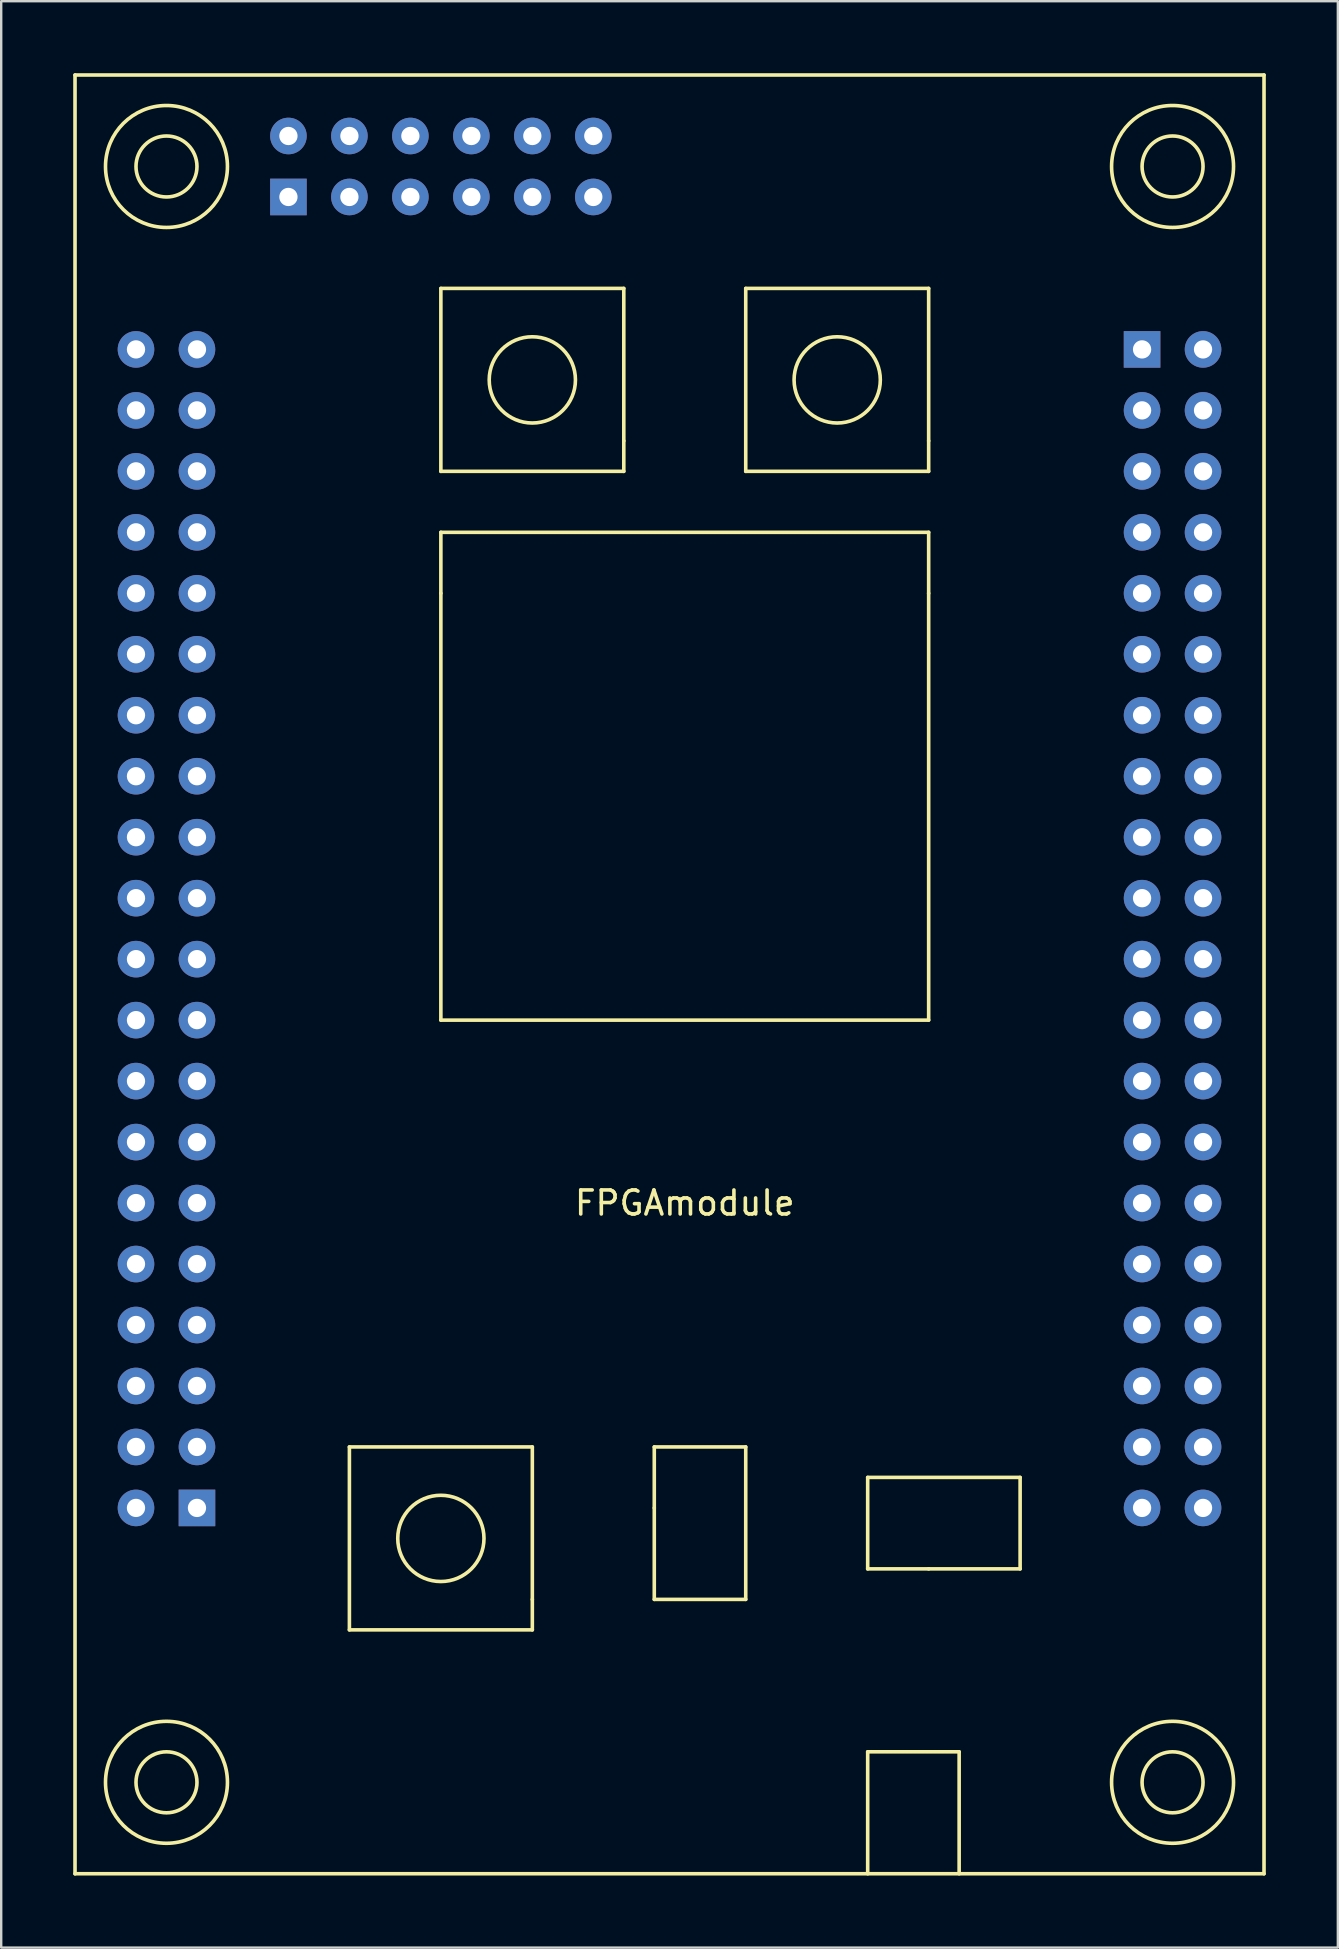
<source format=kicad_pcb>
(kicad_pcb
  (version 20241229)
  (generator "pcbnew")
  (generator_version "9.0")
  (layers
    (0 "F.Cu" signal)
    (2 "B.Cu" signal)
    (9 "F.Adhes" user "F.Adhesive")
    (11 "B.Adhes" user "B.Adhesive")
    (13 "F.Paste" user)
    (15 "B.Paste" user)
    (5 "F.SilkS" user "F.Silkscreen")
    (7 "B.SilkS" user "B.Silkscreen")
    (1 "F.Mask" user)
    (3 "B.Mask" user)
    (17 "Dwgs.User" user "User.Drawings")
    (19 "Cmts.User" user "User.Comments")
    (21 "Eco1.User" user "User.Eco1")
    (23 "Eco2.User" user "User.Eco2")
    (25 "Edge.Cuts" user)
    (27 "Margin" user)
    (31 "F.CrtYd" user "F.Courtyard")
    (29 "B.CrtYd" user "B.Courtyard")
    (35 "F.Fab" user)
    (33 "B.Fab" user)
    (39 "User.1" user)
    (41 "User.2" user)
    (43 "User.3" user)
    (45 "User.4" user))
  (footprint "FPGAmodule"
    (layer "F.Cu")
    (at 25.475 39.445)
    (property "Reference" "FPGAmodule" (at 0 7.62 0) (layer "F.SilkS") (effects (font (size 1 1) (thickness 0.15))))
    (attr through_hole)
    (fp_line (start -25.4 -39.37) (end -25.4 35.56) (stroke (width 0.15) (type solid)) (layer "F.SilkS"))
    (fp_line (start -25.4 35.56) (end 24.13 35.56) (stroke (width 0.15) (type solid)) (layer "F.SilkS"))
    (fp_line (start -13.97 17.78) (end -6.35 17.78) (stroke (width 0.15) (type solid)) (layer "F.SilkS"))
    (fp_line (start -13.97 25.4) (end -13.97 17.78) (stroke (width 0.15) (type solid)) (layer "F.SilkS"))
    (fp_line (start -10.16 -30.48) (end -2.54 -30.48) (stroke (width 0.15) (type solid)) (layer "F.SilkS"))
    (fp_line (start -10.16 -22.86) (end -10.16 -30.48) (stroke (width 0.15) (type solid)) (layer "F.SilkS"))
    (fp_line (start -10.16 -20.32) (end -10.16 -17.78) (stroke (width 0.15) (type solid)) (layer "F.SilkS"))
    (fp_line (start -10.16 -20.32) (end 10.16 -20.32) (stroke (width 0.15) (type solid)) (layer "F.SilkS"))
    (fp_line (start -10.16 0) (end -10.16 -17.78) (stroke (width 0.15) (type solid)) (layer "F.SilkS"))
    (fp_line (start -6.35 17.78) (end -6.35 24.13) (stroke (width 0.15) (type solid)) (layer "F.SilkS"))
    (fp_line (start -6.35 24.13) (end -6.35 25.4) (stroke (width 0.15) (type solid)) (layer "F.SilkS"))
    (fp_line (start -6.35 25.4) (end -13.97 25.4) (stroke (width 0.15) (type solid)) (layer "F.SilkS"))
    (fp_line (start -2.54 -30.48) (end -2.54 -24.13) (stroke (width 0.15) (type solid)) (layer "F.SilkS"))
    (fp_line (start -2.54 -24.13) (end -2.54 -22.86) (stroke (width 0.15) (type solid)) (layer "F.SilkS"))
    (fp_line (start -2.54 -22.86) (end -10.16 -22.86) (stroke (width 0.15) (type solid)) (layer "F.SilkS"))
    (fp_line (start -1.27 17.78) (end -1.27 20.32) (stroke (width 0.15) (type solid)) (layer "F.SilkS"))
    (fp_line (start -1.27 20.32) (end -1.27 24.13) (stroke (width 0.15) (type solid)) (layer "F.SilkS"))
    (fp_line (start -1.27 24.13) (end 2.54 24.13) (stroke (width 0.15) (type solid)) (layer "F.SilkS"))
    (fp_line (start 2.54 -30.48) (end 10.16 -30.48) (stroke (width 0.15) (type solid)) (layer "F.SilkS"))
    (fp_line (start 2.54 -22.86) (end 2.54 -30.48) (stroke (width 0.15) (type solid)) (layer "F.SilkS"))
    (fp_line (start 2.54 17.78) (end -1.27 17.78) (stroke (width 0.15) (type solid)) (layer "F.SilkS"))
    (fp_line (start 2.54 24.13) (end 2.54 17.78) (stroke (width 0.15) (type solid)) (layer "F.SilkS"))
    (fp_line (start 7.62 19.05) (end 7.62 22.86) (stroke (width 0.15) (type solid)) (layer "F.SilkS"))
    (fp_line (start 7.62 22.86) (end 10.16 22.86) (stroke (width 0.15) (type solid)) (layer "F.SilkS"))
    (fp_line (start 7.62 30.48) (end 7.62 35.56) (stroke (width 0.15) (type solid)) (layer "F.SilkS"))
    (fp_line (start 10.16 -30.48) (end 10.16 -24.13) (stroke (width 0.15) (type solid)) (layer "F.SilkS"))
    (fp_line (start 10.16 -24.13) (end 10.16 -22.86) (stroke (width 0.15) (type solid)) (layer "F.SilkS"))
    (fp_line (start 10.16 -22.86) (end 2.54 -22.86) (stroke (width 0.15) (type solid)) (layer "F.SilkS"))
    (fp_line (start 10.16 -17.78) (end 10.16 -20.32) (stroke (width 0.15) (type solid)) (layer "F.SilkS"))
    (fp_line (start 10.16 -17.78) (end 10.16 0) (stroke (width 0.15) (type solid)) (layer "F.SilkS"))
    (fp_line (start 10.16 0) (end -10.16 0) (stroke (width 0.15) (type solid)) (layer "F.SilkS"))
    (fp_line (start 10.16 22.86) (end 13.97 22.86) (stroke (width 0.15) (type solid)) (layer "F.SilkS"))
    (fp_line (start 11.43 30.48) (end 7.62 30.48) (stroke (width 0.15) (type solid)) (layer "F.SilkS"))
    (fp_line (start 11.43 35.56) (end 11.43 30.48) (stroke (width 0.15) (type solid)) (layer "F.SilkS"))
    (fp_line (start 13.97 19.05) (end 7.62 19.05) (stroke (width 0.15) (type solid)) (layer "F.SilkS"))
    (fp_line (start 13.97 22.86) (end 13.97 19.05) (stroke (width 0.15) (type solid)) (layer "F.SilkS"))
    (fp_line (start 24.13 -39.37) (end -25.4 -39.37) (stroke (width 0.15) (type solid)) (layer "F.SilkS"))
    (fp_line (start 24.13 35.56) (end 24.13 -39.37) (stroke (width 0.15) (type solid)) (layer "F.SilkS"))
    (fp_circle (center -21.59 -35.56) (end -20.32 -35.56) (stroke (width 0.15) (type solid)) (fill no) (layer "F.SilkS"))
    (fp_circle (center -21.59 -35.56) (end -19.05 -35.56) (stroke (width 0.15) (type solid)) (fill no) (layer "F.SilkS"))
    (fp_circle (center -21.59 31.75) (end -20.32 31.75) (stroke (width 0.15) (type solid)) (fill no) (layer "F.SilkS"))
    (fp_circle (center -21.59 31.75) (end -19.05 31.75) (stroke (width 0.15) (type solid)) (fill no) (layer "F.SilkS"))
    (fp_circle (center -10.16 21.59) (end -11.43 20.32) (stroke (width 0.15) (type solid)) (fill no) (layer "F.SilkS"))
    (fp_circle (center -6.35 -26.67) (end -7.62 -27.94) (stroke (width 0.15) (type solid)) (fill no) (layer "F.SilkS"))
    (fp_circle (center 6.35 -26.67) (end 5.08 -27.94) (stroke (width 0.15) (type solid)) (fill no) (layer "F.SilkS"))
    (fp_circle (center 20.32 -35.56) (end 21.59 -35.56) (stroke (width 0.15) (type solid)) (fill no) (layer "F.SilkS"))
    (fp_circle (center 20.32 -35.56) (end 22.86 -35.56) (stroke (width 0.15) (type solid)) (fill no) (layer "F.SilkS"))
    (fp_circle (center 20.32 31.75) (end 21.59 31.75) (stroke (width 0.15) (type solid)) (fill no) (layer "F.SilkS"))
    (fp_circle (center 20.32 31.75) (end 22.86 31.75) (stroke (width 0.15) (type solid)) (fill no) (layer "F.SilkS"))
    (pad "1" thru_hole rect (at -20.32 20.32) (size 1.524 1.524) (drill 0.762) (layers "*.Cu" "*.Mask"))
    (pad "2" thru_hole circle (at -20.32 17.78) (size 1.524 1.524) (drill 0.762) (layers "*.Cu" "*.Mask"))
    (pad "3" thru_hole circle (at -20.32 15.24) (size 1.524 1.524) (drill 0.762) (layers "*.Cu" "*.Mask"))
    (pad "4" thru_hole circle (at -20.32 12.7) (size 1.524 1.524) (drill 0.762) (layers "*.Cu" "*.Mask"))
    (pad "5" thru_hole circle (at -20.32 10.16) (size 1.524 1.524) (drill 0.762) (layers "*.Cu" "*.Mask"))
    (pad "6" thru_hole circle (at -20.32 7.62) (size 1.524 1.524) (drill 0.762) (layers "*.Cu" "*.Mask"))
    (pad "7" thru_hole circle (at -20.32 5.08) (size 1.524 1.524) (drill 0.762) (layers "*.Cu" "*.Mask"))
    (pad "8" thru_hole circle (at -20.32 2.54) (size 1.524 1.524) (drill 0.762) (layers "*.Cu" "*.Mask"))
    (pad "9" thru_hole circle (at -20.32 0) (size 1.524 1.524) (drill 0.762) (layers "*.Cu" "*.Mask"))
    (pad "10" thru_hole circle (at -20.32 -2.54) (size 1.524 1.524) (drill 0.762) (layers "*.Cu" "*.Mask"))
    (pad "11" thru_hole circle (at -20.32 -5.08) (size 1.524 1.524) (drill 0.762) (layers "*.Cu" "*.Mask"))
    (pad "12" thru_hole circle (at -20.32 -7.62) (size 1.524 1.524) (drill 0.762) (layers "*.Cu" "*.Mask"))
    (pad "13" thru_hole circle (at -20.32 -12.7) (size 1.524 1.524) (drill 0.762) (layers "*.Cu" "*.Mask"))
    (pad "14" thru_hole circle (at -20.32 -15.24) (size 1.524 1.524) (drill 0.762) (layers "*.Cu" "*.Mask"))
    (pad "15" thru_hole circle (at -20.32 -17.78) (size 1.524 1.524) (drill 0.762) (layers "*.Cu" "*.Mask"))
    (pad "16" thru_hole circle (at -20.32 -10.16) (size 1.524 1.524) (drill 0.762) (layers "*.Cu" "*.Mask"))
    (pad "17" thru_hole circle (at -20.32 -20.32) (size 1.524 1.524) (drill 0.762) (layers "*.Cu" "*.Mask"))
    (pad "18" thru_hole circle (at -20.32 -22.86) (size 1.524 1.524) (drill 0.762) (layers "*.Cu" "*.Mask"))
    (pad "19" thru_hole circle (at -20.32 -25.4) (size 1.524 1.524) (drill 0.762) (layers "*.Cu" "*.Mask"))
    (pad "20" thru_hole circle (at -20.32 -27.94) (size 1.524 1.524) (drill 0.762) (layers "*.Cu" "*.Mask"))
    (pad "21" thru_hole circle (at -22.86 -27.94) (size 1.524 1.524) (drill 0.762) (layers "*.Cu" "*.Mask"))
    (pad "22" thru_hole circle (at -22.86 -25.4) (size 1.524 1.524) (drill 0.762) (layers "*.Cu" "*.Mask"))
    (pad "23" thru_hole circle (at -22.86 -22.86) (size 1.524 1.524) (drill 0.762) (layers "*.Cu" "*.Mask"))
    (pad "24" thru_hole circle (at -22.86 -20.32) (size 1.524 1.524) (drill 0.762) (layers "*.Cu" "*.Mask"))
    (pad "25" thru_hole circle (at -22.86 -17.78) (size 1.524 1.524) (drill 0.762) (layers "*.Cu" "*.Mask"))
    (pad "26" thru_hole circle (at -22.86 -15.24) (size 1.524 1.524) (drill 0.762) (layers "*.Cu" "*.Mask"))
    (pad "27" thru_hole circle (at -22.86 -12.7) (size 1.524 1.524) (drill 0.762) (layers "*.Cu" "*.Mask"))
    (pad "28" thru_hole circle (at -22.86 -7.62) (size 1.524 1.524) (drill 0.762) (layers "*.Cu" "*.Mask"))
    (pad "29" thru_hole circle (at -22.86 -10.16) (size 1.524 1.524) (drill 0.762) (layers "*.Cu" "*.Mask"))
    (pad "30" thru_hole circle (at -22.86 -5.08) (size 1.524 1.524) (drill 0.762) (layers "*.Cu" "*.Mask"))
    (pad "31" thru_hole circle (at -22.86 -2.54) (size 1.524 1.524) (drill 0.762) (layers "*.Cu" "*.Mask"))
    (pad "32" thru_hole circle (at -22.86 0) (size 1.524 1.524) (drill 0.762) (layers "*.Cu" "*.Mask"))
    (pad "33" thru_hole circle (at -22.86 2.54) (size 1.524 1.524) (drill 0.762) (layers "*.Cu" "*.Mask"))
    (pad "34" thru_hole circle (at -22.86 5.08) (size 1.524 1.524) (drill 0.762) (layers "*.Cu" "*.Mask"))
    (pad "35" thru_hole circle (at -22.86 7.62) (size 1.524 1.524) (drill 0.762) (layers "*.Cu" "*.Mask"))
    (pad "36" thru_hole circle (at -22.86 10.16) (size 1.524 1.524) (drill 0.762) (layers "*.Cu" "*.Mask"))
    (pad "37" thru_hole circle (at -22.86 12.7) (size 1.524 1.524) (drill 0.762) (layers "*.Cu" "*.Mask"))
    (pad "38" thru_hole circle (at -22.86 15.24) (size 1.524 1.524) (drill 0.762) (layers "*.Cu" "*.Mask"))
    (pad "39" thru_hole circle (at -22.86 17.78) (size 1.524 1.524) (drill 0.762) (layers "*.Cu" "*.Mask"))
    (pad "40" thru_hole circle (at -22.86 20.32) (size 1.524 1.524) (drill 0.762) (layers "*.Cu" "*.Mask"))
    (pad "41" thru_hole rect (at 19.05 -27.94 180) (size 1.524 1.524) (drill 0.762) (layers "*.Cu" "*.Mask"))
    (pad "42" thru_hole circle (at 19.05 -25.4 180) (size 1.524 1.524) (drill 0.762) (layers "*.Cu" "*.Mask"))
    (pad "43" thru_hole circle (at 19.05 -22.86 180) (size 1.524 1.524) (drill 0.762) (layers "*.Cu" "*.Mask"))
    (pad "44" thru_hole circle (at 19.05 -20.32 180) (size 1.524 1.524) (drill 0.762) (layers "*.Cu" "*.Mask"))
    (pad "45" thru_hole circle (at 19.05 -17.78 180) (size 1.524 1.524) (drill 0.762) (layers "*.Cu" "*.Mask"))
    (pad "46" thru_hole circle (at 19.05 -15.24 180) (size 1.524 1.524) (drill 0.762) (layers "*.Cu" "*.Mask"))
    (pad "47" thru_hole circle (at 19.05 -12.7 180) (size 1.524 1.524) (drill 0.762) (layers "*.Cu" "*.Mask"))
    (pad "48" thru_hole circle (at 19.05 -10.16 180) (size 1.524 1.524) (drill 0.762) (layers "*.Cu" "*.Mask"))
    (pad "49" thru_hole circle (at 19.05 -7.62 180) (size 1.524 1.524) (drill 0.762) (layers "*.Cu" "*.Mask"))
    (pad "50" thru_hole circle (at 19.05 -5.08 180) (size 1.524 1.524) (drill 0.762) (layers "*.Cu" "*.Mask"))
    (pad "51" thru_hole circle (at 19.05 -2.54 180) (size 1.524 1.524) (drill 0.762) (layers "*.Cu" "*.Mask"))
    (pad "52" thru_hole circle (at 19.05 0 180) (size 1.524 1.524) (drill 0.762) (layers "*.Cu" "*.Mask"))
    (pad "53" thru_hole circle (at 19.05 2.54 180) (size 1.524 1.524) (drill 0.762) (layers "*.Cu" "*.Mask"))
    (pad "54" thru_hole circle (at 19.05 5.08 180) (size 1.524 1.524) (drill 0.762) (layers "*.Cu" "*.Mask"))
    (pad "55" thru_hole circle (at 19.05 7.62 180) (size 1.524 1.524) (drill 0.762) (layers "*.Cu" "*.Mask"))
    (pad "56" thru_hole circle (at 19.05 10.16 180) (size 1.524 1.524) (drill 0.762) (layers "*.Cu" "*.Mask"))
    (pad "57" thru_hole circle (at 19.05 12.7 180) (size 1.524 1.524) (drill 0.762) (layers "*.Cu" "*.Mask"))
    (pad "58" thru_hole circle (at 19.05 15.24 180) (size 1.524 1.524) (drill 0.762) (layers "*.Cu" "*.Mask"))
    (pad "59" thru_hole circle (at 19.05 17.78 180) (size 1.524 1.524) (drill 0.762) (layers "*.Cu" "*.Mask"))
    (pad "60" thru_hole circle (at 19.05 20.32 180) (size 1.524 1.524) (drill 0.762) (layers "*.Cu" "*.Mask"))
    (pad "61" thru_hole circle (at 21.59 20.32 180) (size 1.524 1.524) (drill 0.762) (layers "*.Cu" "*.Mask"))
    (pad "62" thru_hole circle (at 21.59 17.78 180) (size 1.524 1.524) (drill 0.762) (layers "*.Cu" "*.Mask"))
    (pad "63" thru_hole circle (at 21.59 15.24 180) (size 1.524 1.524) (drill 0.762) (layers "*.Cu" "*.Mask"))
    (pad "64" thru_hole circle (at 21.59 12.7 180) (size 1.524 1.524) (drill 0.762) (layers "*.Cu" "*.Mask"))
    (pad "65" thru_hole circle (at 21.59 10.16 180) (size 1.524 1.524) (drill 0.762) (layers "*.Cu" "*.Mask"))
    (pad "66" thru_hole circle (at 21.59 7.62 180) (size 1.524 1.524) (drill 0.762) (layers "*.Cu" "*.Mask"))
    (pad "67" thru_hole circle (at 21.59 5.08 180) (size 1.524 1.524) (drill 0.762) (layers "*.Cu" "*.Mask"))
    (pad "68" thru_hole circle (at 21.59 2.54 180) (size 1.524 1.524) (drill 0.762) (layers "*.Cu" "*.Mask"))
    (pad "69" thru_hole circle (at 21.59 0 180) (size 1.524 1.524) (drill 0.762) (layers "*.Cu" "*.Mask"))
    (pad "70" thru_hole circle (at 21.59 -2.54 180) (size 1.524 1.524) (drill 0.762) (layers "*.Cu" "*.Mask"))
    (pad "71" thru_hole circle (at 21.59 -5.08 180) (size 1.524 1.524) (drill 0.762) (layers "*.Cu" "*.Mask"))
    (pad "72" thru_hole circle (at 21.59 -10.16 180) (size 1.524 1.524) (drill 0.762) (layers "*.Cu" "*.Mask"))
    (pad "73" thru_hole circle (at 21.59 -7.62 180) (size 1.524 1.524) (drill 0.762) (layers "*.Cu" "*.Mask"))
    (pad "74" thru_hole circle (at 21.59 -12.7 180) (size 1.524 1.524) (drill 0.762) (layers "*.Cu" "*.Mask"))
    (pad "75" thru_hole circle (at 21.59 -15.24 180) (size 1.524 1.524) (drill 0.762) (layers "*.Cu" "*.Mask"))
    (pad "76" thru_hole circle (at 21.59 -17.78 180) (size 1.524 1.524) (drill 0.762) (layers "*.Cu" "*.Mask"))
    (pad "77" thru_hole circle (at 21.59 -20.32 180) (size 1.524 1.524) (drill 0.762) (layers "*.Cu" "*.Mask"))
    (pad "78" thru_hole circle (at 21.59 -22.86 180) (size 1.524 1.524) (drill 0.762) (layers "*.Cu" "*.Mask"))
    (pad "79" thru_hole circle (at 21.59 -25.4 180) (size 1.524 1.524) (drill 0.762) (layers "*.Cu" "*.Mask"))
    (pad "80" thru_hole circle (at 21.59 -27.94 180) (size 1.524 1.524) (drill 0.762) (layers "*.Cu" "*.Mask"))
    (pad "81" thru_hole rect (at -16.51 -34.29 180) (size 1.524 1.524) (drill 0.762) (layers "*.Cu" "*.Mask"))
    (pad "82" thru_hole circle (at -13.97 -34.29 180) (size 1.524 1.524) (drill 0.762) (layers "*.Cu" "*.Mask"))
    (pad "83" thru_hole circle (at -11.43 -34.29 180) (size 1.524 1.524) (drill 0.762) (layers "*.Cu" "*.Mask"))
    (pad "84" thru_hole circle (at -8.89 -34.29 180) (size 1.524 1.524) (drill 0.762) (layers "*.Cu" "*.Mask"))
    (pad "85" thru_hole circle (at -6.35 -34.29 180) (size 1.524 1.524) (drill 0.762) (layers "*.Cu" "*.Mask"))
    (pad "86" thru_hole circle (at -3.81 -34.29 180) (size 1.524 1.524) (drill 0.762) (layers "*.Cu" "*.Mask"))
    (pad "87" thru_hole circle (at -6.35 -36.83 180) (size 1.524 1.524) (drill 0.762) (layers "*.Cu" "*.Mask"))
    (pad "88" thru_hole circle (at -3.81 -36.83 180) (size 1.524 1.524) (drill 0.762) (layers "*.Cu" "*.Mask"))
    (pad "89" thru_hole circle (at -8.89 -36.83 180) (size 1.524 1.524) (drill 0.762) (layers "*.Cu" "*.Mask"))
    (pad "90" thru_hole circle (at -11.43 -36.83 180) (size 1.524 1.524) (drill 0.762) (layers "*.Cu" "*.Mask"))
    (pad "91" thru_hole circle (at -13.97 -36.83 180) (size 1.524 1.524) (drill 0.762) (layers "*.Cu" "*.Mask"))
    (pad "92" thru_hole circle (at -16.51 -36.83 180) (size 1.524 1.524) (drill 0.762) (layers "*.Cu" "*.Mask")))
  (gr_rect
    (start -3 -3)
    (end 52.68 78.08)
    (stroke (width 0.1) (type default))
    (fill no)
    (layer "Edge.Cuts")))
</source>
